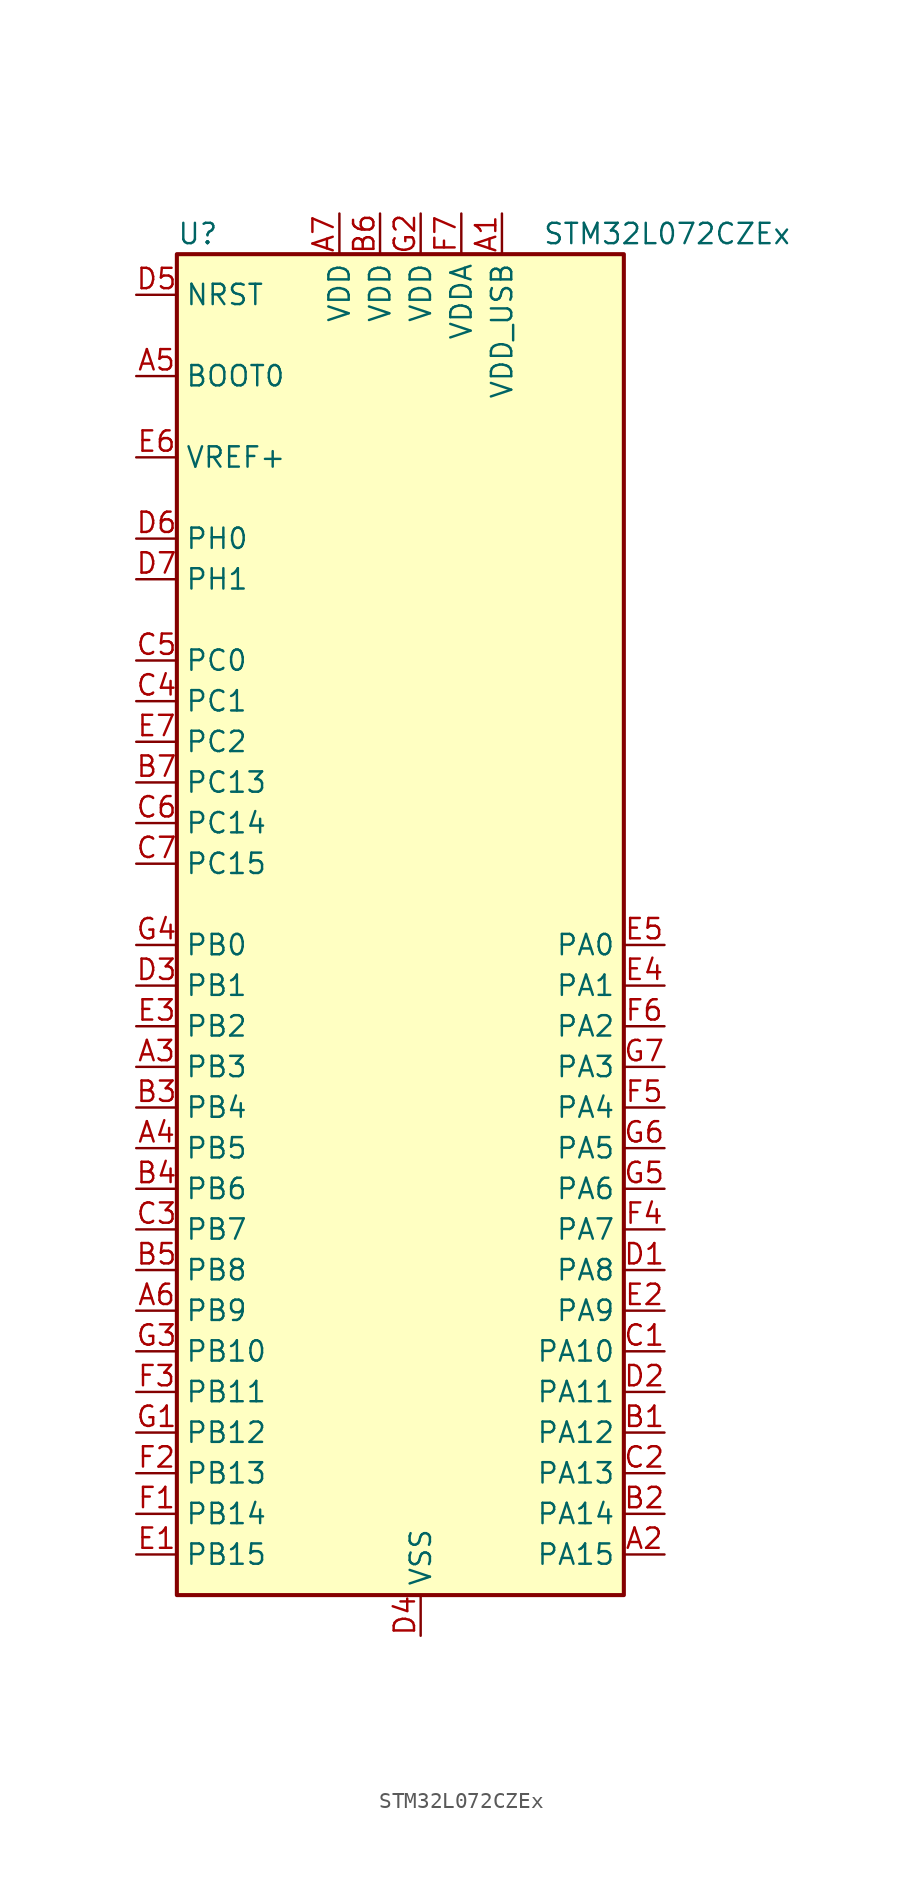
<source format=kicad_sym>
(kicad_symbol_lib
  (version 20201005)
  (generator kicad_symbol_editor)
  (symbol "MCU_ST_STM32L0:STM32L072CZEx"
    (property "Reference" "U"
      (at -15.24 41.91 0)
      (effects (font (size 1.27 1.27)) (justify left)))
    (property "Value" "STM32L072CZEx"
      (at 7.62 41.91 0)
      (effects (font (size 1.27 1.27)) (justify left)))
    (symbol "STM32L072CZEx_0_1"
      (rectangle (start -15.24 -43.18) (end 12.7 40.64) (stroke (width 0.254)) (fill (type background))))
    (symbol "STM32L072CZEx_1_1"
      (pin input line (at -17.78 33.02 0) (length 2.54) (name "BOOT0" (effects (font (size 1.27 1.27)))) (number "A5" (effects (font (size 1.27 1.27)))))
      (pin input line (at -17.78 38.1 0) (length 2.54) (name "NRST" (effects (font (size 1.27 1.27)))) (number "D5" (effects (font (size 1.27 1.27)))))
      (pin bidirectional line (at 15.24 -2.54 180) (length 2.54) (name "PA0" (effects (font (size 1.27 1.27)))) (number "E5" (effects (font (size 1.27 1.27)))))
      (pin bidirectional line (at 15.24 -5.08 180) (length 2.54) (name "PA1" (effects (font (size 1.27 1.27)))) (number "E4" (effects (font (size 1.27 1.27)))))
      (pin bidirectional line (at 15.24 -27.94 180) (length 2.54) (name "PA10" (effects (font (size 1.27 1.27)))) (number "C1" (effects (font (size 1.27 1.27)))))
      (pin bidirectional line (at 15.24 -30.48 180) (length 2.54) (name "PA11" (effects (font (size 1.27 1.27)))) (number "D2" (effects (font (size 1.27 1.27)))))
      (pin bidirectional line (at 15.24 -33.02 180) (length 2.54) (name "PA12" (effects (font (size 1.27 1.27)))) (number "B1" (effects (font (size 1.27 1.27)))))
      (pin bidirectional line (at 15.24 -35.56 180) (length 2.54) (name "PA13" (effects (font (size 1.27 1.27)))) (number "C2" (effects (font (size 1.27 1.27)))))
      (pin bidirectional line (at 15.24 -38.1 180) (length 2.54) (name "PA14" (effects (font (size 1.27 1.27)))) (number "B2" (effects (font (size 1.27 1.27)))))
      (pin bidirectional line (at 15.24 -40.64 180) (length 2.54) (name "PA15" (effects (font (size 1.27 1.27)))) (number "A2" (effects (font (size 1.27 1.27)))))
      (pin bidirectional line (at 15.24 -7.62 180) (length 2.54) (name "PA2" (effects (font (size 1.27 1.27)))) (number "F6" (effects (font (size 1.27 1.27)))))
      (pin bidirectional line (at 15.24 -10.16 180) (length 2.54) (name "PA3" (effects (font (size 1.27 1.27)))) (number "G7" (effects (font (size 1.27 1.27)))))
      (pin bidirectional line (at 15.24 -12.7 180) (length 2.54) (name "PA4" (effects (font (size 1.27 1.27)))) (number "F5" (effects (font (size 1.27 1.27)))))
      (pin bidirectional line (at 15.24 -15.24 180) (length 2.54) (name "PA5" (effects (font (size 1.27 1.27)))) (number "G6" (effects (font (size 1.27 1.27)))))
      (pin bidirectional line (at 15.24 -17.78 180) (length 2.54) (name "PA6" (effects (font (size 1.27 1.27)))) (number "G5" (effects (font (size 1.27 1.27)))))
      (pin bidirectional line (at 15.24 -20.32 180) (length 2.54) (name "PA7" (effects (font (size 1.27 1.27)))) (number "F4" (effects (font (size 1.27 1.27)))))
      (pin bidirectional line (at 15.24 -22.86 180) (length 2.54) (name "PA8" (effects (font (size 1.27 1.27)))) (number "D1" (effects (font (size 1.27 1.27)))))
      (pin bidirectional line (at 15.24 -25.4 180) (length 2.54) (name "PA9" (effects (font (size 1.27 1.27)))) (number "E2" (effects (font (size 1.27 1.27)))))
      (pin bidirectional line (at -17.78 -2.54 0) (length 2.54) (name "PB0" (effects (font (size 1.27 1.27)))) (number "G4" (effects (font (size 1.27 1.27)))))
      (pin bidirectional line (at -17.78 -5.08 0) (length 2.54) (name "PB1" (effects (font (size 1.27 1.27)))) (number "D3" (effects (font (size 1.27 1.27)))))
      (pin bidirectional line (at -17.78 -27.94 0) (length 2.54) (name "PB10" (effects (font (size 1.27 1.27)))) (number "G3" (effects (font (size 1.27 1.27)))))
      (pin bidirectional line (at -17.78 -30.48 0) (length 2.54) (name "PB11" (effects (font (size 1.27 1.27)))) (number "F3" (effects (font (size 1.27 1.27)))))
      (pin bidirectional line (at -17.78 -33.02 0) (length 2.54) (name "PB12" (effects (font (size 1.27 1.27)))) (number "G1" (effects (font (size 1.27 1.27)))))
      (pin bidirectional line (at -17.78 -35.56 0) (length 2.54) (name "PB13" (effects (font (size 1.27 1.27)))) (number "F2" (effects (font (size 1.27 1.27)))))
      (pin bidirectional line (at -17.78 -38.1 0) (length 2.54) (name "PB14" (effects (font (size 1.27 1.27)))) (number "F1" (effects (font (size 1.27 1.27)))))
      (pin bidirectional line (at -17.78 -40.64 0) (length 2.54) (name "PB15" (effects (font (size 1.27 1.27)))) (number "E1" (effects (font (size 1.27 1.27)))))
      (pin bidirectional line (at -17.78 -7.62 0) (length 2.54) (name "PB2" (effects (font (size 1.27 1.27)))) (number "E3" (effects (font (size 1.27 1.27)))))
      (pin bidirectional line (at -17.78 -10.16 0) (length 2.54) (name "PB3" (effects (font (size 1.27 1.27)))) (number "A3" (effects (font (size 1.27 1.27)))))
      (pin bidirectional line (at -17.78 -12.7 0) (length 2.54) (name "PB4" (effects (font (size 1.27 1.27)))) (number "B3" (effects (font (size 1.27 1.27)))))
      (pin bidirectional line (at -17.78 -15.24 0) (length 2.54) (name "PB5" (effects (font (size 1.27 1.27)))) (number "A4" (effects (font (size 1.27 1.27)))))
      (pin bidirectional line (at -17.78 -17.78 0) (length 2.54) (name "PB6" (effects (font (size 1.27 1.27)))) (number "B4" (effects (font (size 1.27 1.27)))))
      (pin bidirectional line (at -17.78 -20.32 0) (length 2.54) (name "PB7" (effects (font (size 1.27 1.27)))) (number "C3" (effects (font (size 1.27 1.27)))))
      (pin bidirectional line (at -17.78 -22.86 0) (length 2.54) (name "PB8" (effects (font (size 1.27 1.27)))) (number "B5" (effects (font (size 1.27 1.27)))))
      (pin bidirectional line (at -17.78 -25.4 0) (length 2.54) (name "PB9" (effects (font (size 1.27 1.27)))) (number "A6" (effects (font (size 1.27 1.27)))))
      (pin bidirectional line (at -17.78 15.24 0) (length 2.54) (name "PC0" (effects (font (size 1.27 1.27)))) (number "C5" (effects (font (size 1.27 1.27)))))
      (pin bidirectional line (at -17.78 12.7 0) (length 2.54) (name "PC1" (effects (font (size 1.27 1.27)))) (number "C4" (effects (font (size 1.27 1.27)))))
      (pin bidirectional line (at -17.78 7.62 0) (length 2.54) (name "PC13" (effects (font (size 1.27 1.27)))) (number "B7" (effects (font (size 1.27 1.27)))))
      (pin bidirectional line (at -17.78 5.08 0) (length 2.54) (name "PC14" (effects (font (size 1.27 1.27)))) (number "C6" (effects (font (size 1.27 1.27)))))
      (pin bidirectional line (at -17.78 2.54 0) (length 2.54) (name "PC15" (effects (font (size 1.27 1.27)))) (number "C7" (effects (font (size 1.27 1.27)))))
      (pin bidirectional line (at -17.78 10.16 0) (length 2.54) (name "PC2" (effects (font (size 1.27 1.27)))) (number "E7" (effects (font (size 1.27 1.27)))))
      (pin input line (at -17.78 22.86 0) (length 2.54) (name "PH0" (effects (font (size 1.27 1.27)))) (number "D6" (effects (font (size 1.27 1.27)))))
      (pin input line (at -17.78 20.32 0) (length 2.54) (name "PH1" (effects (font (size 1.27 1.27)))) (number "D7" (effects (font (size 1.27 1.27)))))
      (pin power_in line (at -5.08 43.18 270) (length 2.54) (name "VDD" (effects (font (size 1.27 1.27)))) (number "A7" (effects (font (size 1.27 1.27)))))
      (pin power_in line (at -2.54 43.18 270) (length 2.54) (name "VDD" (effects (font (size 1.27 1.27)))) (number "B6" (effects (font (size 1.27 1.27)))))
      (pin power_in line (at 0 43.18 270) (length 2.54) (name "VDD" (effects (font (size 1.27 1.27)))) (number "G2" (effects (font (size 1.27 1.27)))))
      (pin power_in line (at 2.54 43.18 270) (length 2.54) (name "VDDA" (effects (font (size 1.27 1.27)))) (number "F7" (effects (font (size 1.27 1.27)))))
      (pin power_in line (at 5.08 43.18 270) (length 2.54) (name "VDD_USB" (effects (font (size 1.27 1.27)))) (number "A1" (effects (font (size 1.27 1.27)))))
      (pin power_in line (at -17.78 27.94 0) (length 2.54) (name "VREF+" (effects (font (size 1.27 1.27)))) (number "E6" (effects (font (size 1.27 1.27)))))
      (pin power_in line (at 0 -45.72 90) (length 2.54) (name "VSS" (effects (font (size 1.27 1.27)))) (number "D4" (effects (font (size 1.27 1.27))))))))
</source>
